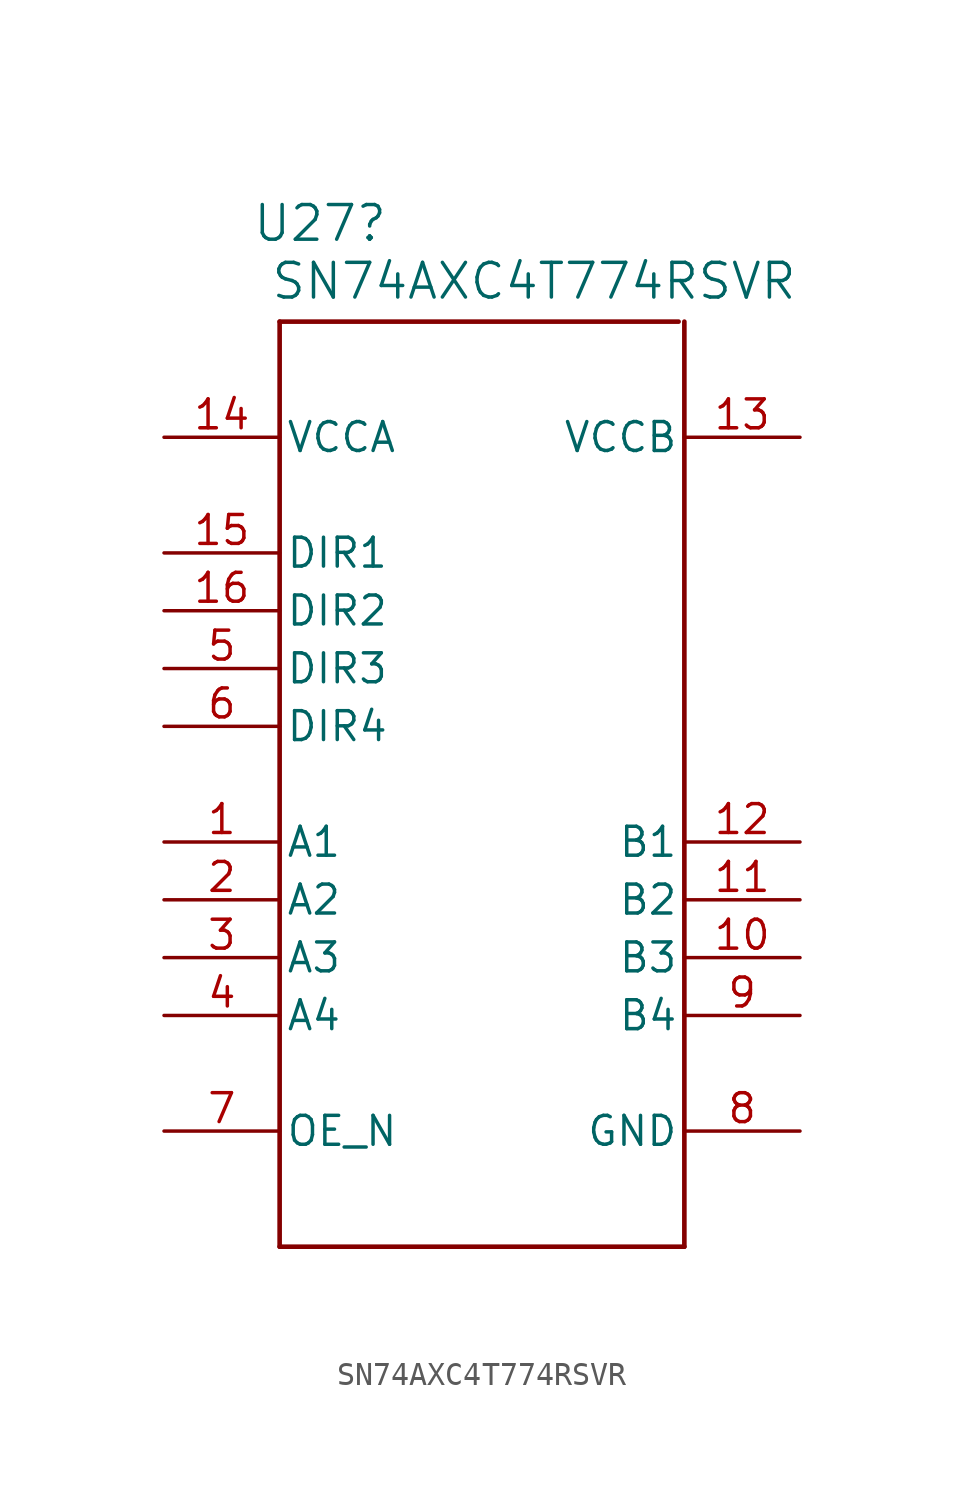
<source format=kicad_sym>
(kicad_symbol_lib
  (version 20231120)
  (generator "kicad_symbol_editor")
  (generator_version "8.0")
  (symbol "SN74AXC4T774RSVR"
    (pin_names
      (offset 0.254))
    (property "Reference" "U27"
      (at -13.462 24.638 0)
      (effects (font (size 1.524 1.524))))
    (property "Value" "SN74AXC4T774RSVR"
      (at -4.064 22.098 0)
      (effects (font (size 1.524 1.524))))
    (property "ki_locked" ""
      (at 0 0 0)
      (effects (font (size 1.27 1.27))))
    (symbol "SN74AXC4T774RSVR_0_1"
      (polyline (pts (xy -15.24 -20.32) (xy 2.54 -20.32)) (stroke (width 0.203) (type default)) (fill (type none)))
      (polyline (pts (xy -15.24 20.32) (xy -15.24 -20.32)) (stroke (width 0.203) (type default)) (fill (type none)))
      (polyline (pts (xy 2.286 20.32) (xy -15.24 20.32)) (stroke (width 0.203) (type default)) (fill (type none)))
      (polyline (pts (xy 2.54 -20.32) (xy 2.54 20.32)) (stroke (width 0.203) (type default)) (fill (type none)))
      (pin bidirectional line (at -20.32 -2.54 0) (length 5.08) (name "A1" (effects (font (size 1.27 1.27)))) (number "1" (effects (font (size 1.27 1.27)))))
      (pin bidirectional line (at 7.62 -7.62 180) (length 5.08) (name "B3" (effects (font (size 1.27 1.27)))) (number "10" (effects (font (size 1.27 1.27)))))
      (pin bidirectional line (at 7.62 -5.08 180) (length 5.08) (name "B2" (effects (font (size 1.27 1.27)))) (number "11" (effects (font (size 1.27 1.27)))))
      (pin bidirectional line (at 7.62 -2.54 180) (length 5.08) (name "B1" (effects (font (size 1.27 1.27)))) (number "12" (effects (font (size 1.27 1.27)))))
      (pin power_in line (at 7.62 15.24 180) (length 5.08) (name "VCCB" (effects (font (size 1.27 1.27)))) (number "13" (effects (font (size 1.27 1.27)))))
      (pin power_in line (at -20.32 15.24 0) (length 5.08) (name "VCCA" (effects (font (size 1.27 1.27)))) (number "14" (effects (font (size 1.27 1.27)))))
      (pin input line (at -20.32 10.16 0) (length 5.08) (name "DIR1" (effects (font (size 1.27 1.27)))) (number "15" (effects (font (size 1.27 1.27)))))
      (pin input line (at -20.32 7.62 0) (length 5.08) (name "DIR2" (effects (font (size 1.27 1.27)))) (number "16" (effects (font (size 1.27 1.27)))))
      (pin bidirectional line (at -20.32 -5.08 0) (length 5.08) (name "A2" (effects (font (size 1.27 1.27)))) (number "2" (effects (font (size 1.27 1.27)))))
      (pin bidirectional line (at -20.32 -7.62 0) (length 5.08) (name "A3" (effects (font (size 1.27 1.27)))) (number "3" (effects (font (size 1.27 1.27)))))
      (pin bidirectional line (at -20.32 -10.16 0) (length 5.08) (name "A4" (effects (font (size 1.27 1.27)))) (number "4" (effects (font (size 1.27 1.27)))))
      (pin input line (at -20.32 5.08 0) (length 5.08) (name "DIR3" (effects (font (size 1.27 1.27)))) (number "5" (effects (font (size 1.27 1.27)))))
      (pin input line (at -20.32 2.54 0) (length 5.08) (name "DIR4" (effects (font (size 1.27 1.27)))) (number "6" (effects (font (size 1.27 1.27)))))
      (pin input line (at -20.32 -15.24 0) (length 5.08) (name "OE_N" (effects (font (size 1.27 1.27)))) (number "7" (effects (font (size 1.27 1.27)))))
      (pin power_in line (at 7.62 -15.24 180) (length 5.08) (name "GND" (effects (font (size 1.27 1.27)))) (number "8" (effects (font (size 1.27 1.27)))))
      (pin bidirectional line (at 7.62 -10.16 180) (length 5.08) (name "B4" (effects (font (size 1.27 1.27)))) (number "9" (effects (font (size 1.27 1.27))))))))
</source>
